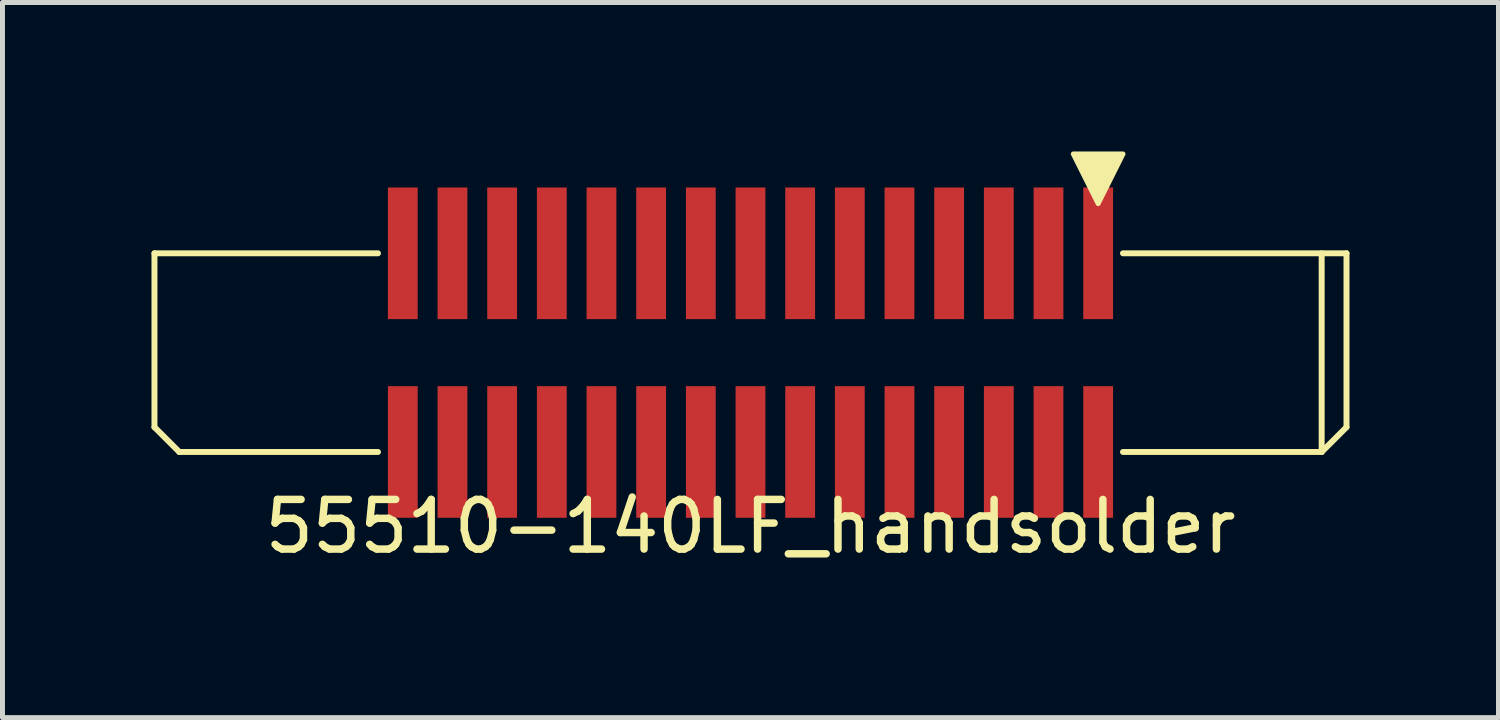
<source format=kicad_pcb>
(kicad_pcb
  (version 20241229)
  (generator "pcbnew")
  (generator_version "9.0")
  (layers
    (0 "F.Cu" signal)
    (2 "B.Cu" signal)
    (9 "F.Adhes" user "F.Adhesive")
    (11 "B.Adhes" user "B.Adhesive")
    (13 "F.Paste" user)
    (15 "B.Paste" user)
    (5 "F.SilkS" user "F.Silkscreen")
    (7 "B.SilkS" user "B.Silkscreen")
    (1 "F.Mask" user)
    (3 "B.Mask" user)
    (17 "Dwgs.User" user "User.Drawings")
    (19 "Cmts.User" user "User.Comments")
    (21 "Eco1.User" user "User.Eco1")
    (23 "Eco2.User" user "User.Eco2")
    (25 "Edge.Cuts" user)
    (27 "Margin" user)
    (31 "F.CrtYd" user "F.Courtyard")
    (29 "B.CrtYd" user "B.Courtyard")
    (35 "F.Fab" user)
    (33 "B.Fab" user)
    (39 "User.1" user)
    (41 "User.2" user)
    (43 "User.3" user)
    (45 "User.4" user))
  (footprint "55510-140LF_handsolder"
    (layer "F.Cu")
    (at 12.06 4.05)
    (property "Reference" "55510-140LF_handsolder" (at 0 3.5 0) (layer "F.SilkS") (effects (font (size 1 1) (thickness 0.15))))
    (attr through_hole)
    (fp_line (start -12 -2) (end -12 1.5) (stroke (width 0.12) (type solid)) (layer "F.SilkS"))
    (fp_line (start -11.5 2) (end -12 1.5) (stroke (width 0.12) (type solid)) (layer "F.SilkS"))
    (fp_line (start -11.5 2) (end -7.5 2) (stroke (width 0.12) (type solid)) (layer "F.SilkS"))
    (fp_line (start -7.5 -2) (end -12 -2) (stroke (width 0.12) (type solid)) (layer "F.SilkS"))
    (fp_line (start 7.5 -2) (end 12 -2) (stroke (width 0.12) (type solid)) (layer "F.SilkS"))
    (fp_line (start 11.5 -2) (end 11.5 2) (stroke (width 0.12) (type solid)) (layer "F.SilkS"))
    (fp_line (start 11.5 2) (end 7.5 2) (stroke (width 0.12) (type solid)) (layer "F.SilkS"))
    (fp_line (start 11.5 2) (end 12 1.5) (stroke (width 0.12) (type solid)) (layer "F.SilkS"))
    (fp_line (start 12 -2) (end 12 1.5) (stroke (width 0.12) (type solid)) (layer "F.SilkS"))
    (fp_poly (pts (xy 7 -3) (xy 6.5 -4) (xy 7.5 -4)) (stroke (width 0.1) (type solid)) (fill yes) (layer "F.SilkS"))
    (pad "1" smd rect (at 7 -2) (size 0.6 2.65) (layers "F.Cu" "F.Mask" "F.Paste"))
    (pad "1" smd rect (at 7 2) (size 0.6 2.65) (layers "F.Cu" "F.Mask" "F.Paste"))
    (pad "2" smd rect (at 6 -2) (size 0.6 2.65) (layers "F.Cu" "F.Mask" "F.Paste"))
    (pad "2" smd rect (at 6 2) (size 0.6 2.65) (layers "F.Cu" "F.Mask" "F.Paste"))
    (pad "3" smd rect (at 5 -2) (size 0.6 2.65) (layers "F.Cu" "F.Mask" "F.Paste"))
    (pad "3" smd rect (at 5 2) (size 0.6 2.65) (layers "F.Cu" "F.Mask" "F.Paste"))
    (pad "4" smd rect (at 4 -2) (size 0.6 2.65) (layers "F.Cu" "F.Mask" "F.Paste"))
    (pad "4" smd rect (at 4 2) (size 0.6 2.65) (layers "F.Cu" "F.Mask" "F.Paste"))
    (pad "5" smd rect (at 3 -2) (size 0.6 2.65) (layers "F.Cu" "F.Mask" "F.Paste"))
    (pad "5" smd rect (at 3 2) (size 0.6 2.65) (layers "F.Cu" "F.Mask" "F.Paste"))
    (pad "6" smd rect (at 2 -2) (size 0.6 2.65) (layers "F.Cu" "F.Mask" "F.Paste"))
    (pad "6" smd rect (at 2 2) (size 0.6 2.65) (layers "F.Cu" "F.Mask" "F.Paste"))
    (pad "7" smd rect (at 1 -2) (size 0.6 2.65) (layers "F.Cu" "F.Mask" "F.Paste"))
    (pad "7" smd rect (at 1 2) (size 0.6 2.65) (layers "F.Cu" "F.Mask" "F.Paste"))
    (pad "8" smd rect (at 0 -2) (size 0.6 2.65) (layers "F.Cu" "F.Mask" "F.Paste"))
    (pad "8" smd rect (at 0 2) (size 0.6 2.65) (layers "F.Cu" "F.Mask" "F.Paste"))
    (pad "9" smd rect (at -1 -2) (size 0.6 2.65) (layers "F.Cu" "F.Mask" "F.Paste"))
    (pad "9" smd rect (at -1 2) (size 0.6 2.65) (layers "F.Cu" "F.Mask" "F.Paste"))
    (pad "10" smd rect (at -2 -2) (size 0.6 2.65) (layers "F.Cu" "F.Mask" "F.Paste"))
    (pad "10" smd rect (at -2 2) (size 0.6 2.65) (layers "F.Cu" "F.Mask" "F.Paste"))
    (pad "11" smd rect (at -3 -2) (size 0.6 2.65) (layers "F.Cu" "F.Mask" "F.Paste"))
    (pad "11" smd rect (at -3 2) (size 0.6 2.65) (layers "F.Cu" "F.Mask" "F.Paste"))
    (pad "12" smd rect (at -4 -2) (size 0.6 2.65) (layers "F.Cu" "F.Mask" "F.Paste"))
    (pad "12" smd rect (at -4 2) (size 0.6 2.65) (layers "F.Cu" "F.Mask" "F.Paste"))
    (pad "13" smd rect (at -5 -2) (size 0.6 2.65) (layers "F.Cu" "F.Mask" "F.Paste"))
    (pad "13" smd rect (at -5 2) (size 0.6 2.65) (layers "F.Cu" "F.Mask" "F.Paste"))
    (pad "14" smd rect (at -6 -2) (size 0.6 2.65) (layers "F.Cu" "F.Mask" "F.Paste"))
    (pad "14" smd rect (at -6 2) (size 0.6 2.65) (layers "F.Cu" "F.Mask" "F.Paste"))
    (pad "15" smd rect (at -7 -2) (size 0.6 2.65) (layers "F.Cu" "F.Mask" "F.Paste"))
    (pad "15" smd rect (at -7 2) (size 0.6 2.65) (layers "F.Cu" "F.Mask" "F.Paste")))
  (gr_rect
    (start -3 -3)
    (end 27.12 11.398)
    (stroke (width 0.1) (type default))
    (fill no)
    (layer "Edge.Cuts")))
</source>
